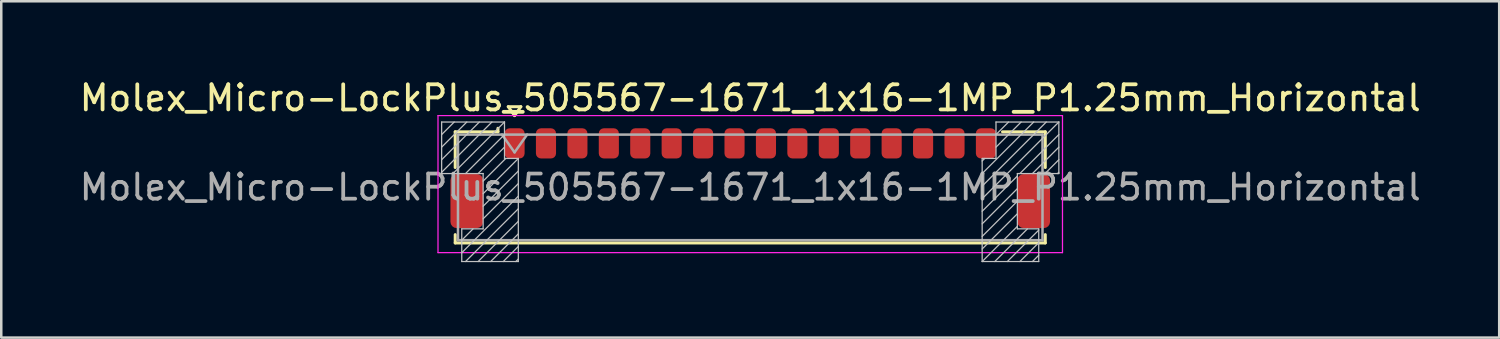
<source format=kicad_pcb>
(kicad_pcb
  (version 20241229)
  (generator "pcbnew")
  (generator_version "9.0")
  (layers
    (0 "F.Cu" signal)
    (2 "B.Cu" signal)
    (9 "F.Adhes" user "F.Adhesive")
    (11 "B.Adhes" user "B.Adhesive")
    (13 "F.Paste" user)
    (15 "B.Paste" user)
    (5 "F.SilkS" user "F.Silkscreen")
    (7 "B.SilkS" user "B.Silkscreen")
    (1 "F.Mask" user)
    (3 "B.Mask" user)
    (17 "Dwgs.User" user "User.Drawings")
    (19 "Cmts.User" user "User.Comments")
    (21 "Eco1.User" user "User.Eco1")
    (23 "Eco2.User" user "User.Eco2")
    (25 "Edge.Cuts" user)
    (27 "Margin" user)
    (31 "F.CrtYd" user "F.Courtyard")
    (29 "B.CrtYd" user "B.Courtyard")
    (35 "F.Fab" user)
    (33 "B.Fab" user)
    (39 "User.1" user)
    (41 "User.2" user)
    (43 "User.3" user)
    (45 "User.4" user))
  (footprint "Molex_Micro-LockPlus_505567-1671_1x16-1MP_P1.25mm_Horizontal"
    (layer "F.Cu")
    (at 26.792 4.038)
    (property "Reference" "Molex_Micro-LockPlus_505567-1671_1x16-1MP_P1.25mm_Horizontal" (at 0 -3.19 0) (layer "F.SilkS") (effects (font (size 1 1) (thickness 0.15))))
    (attr smd)
    (fp_line (start -11.735 -1.845) (end -10.035 -1.845) (stroke (width 0.12) (type solid)) (layer "F.SilkS"))
    (fp_line (start -11.735 -0.425) (end -11.735 -1.845) (stroke (width 0.12) (type solid)) (layer "F.SilkS"))
    (fp_line (start -11.735 2.245) (end -11.735 2.575) (stroke (width 0.12) (type solid)) (layer "F.SilkS"))
    (fp_line (start -11.735 2.575) (end 11.735 2.575) (stroke (width 0.12) (type solid)) (layer "F.SilkS"))
    (fp_line (start -10.035 -1.845) (end -10.035 -1.985) (stroke (width 0.12) (type solid)) (layer "F.SilkS"))
    (fp_line (start -9.625 -2.844) (end -9.375 -2.49) (stroke (width 0.12) (type solid)) (layer "F.SilkS"))
    (fp_line (start -9.375 -2.49) (end -9.125 -2.844) (stroke (width 0.12) (type solid)) (layer "F.SilkS"))
    (fp_line (start -9.125 -2.844) (end -9.625 -2.844) (stroke (width 0.12) (type solid)) (layer "F.SilkS"))
    (fp_line (start 11.735 -1.845) (end 10.035 -1.845) (stroke (width 0.12) (type solid)) (layer "F.SilkS"))
    (fp_line (start 11.735 -0.425) (end 11.735 -1.845) (stroke (width 0.12) (type solid)) (layer "F.SilkS"))
    (fp_line (start 11.735 2.575) (end 11.735 2.245) (stroke (width 0.12) (type solid)) (layer "F.SilkS"))
    (fp_line (start -12.275 -2.235) (end -9.775 -2.235) (stroke (width 0.05) (type solid)) (layer "Dwgs.User"))
    (fp_line (start -12.275 -0.185) (end -12.275 -2.235) (stroke (width 0.05) (type solid)) (layer "Dwgs.User"))
    (fp_line (start -11.775 -2.235) (end -12.275 -1.735) (stroke (width 0.05) (type solid)) (layer "Dwgs.User"))
    (fp_line (start -11.475 2.015) (end -10.625 2.015) (stroke (width 0.05) (type solid)) (layer "Dwgs.User"))
    (fp_line (start -11.475 3.315) (end -11.475 2.015) (stroke (width 0.05) (type solid)) (layer "Dwgs.User"))
    (fp_line (start -11.275 -2.235) (end -12.275 -1.235) (stroke (width 0.05) (type solid)) (layer "Dwgs.User"))
    (fp_line (start -11.025 2.015) (end -11.475 2.465) (stroke (width 0.05) (type solid)) (layer "Dwgs.User"))
    (fp_line (start -10.775 -2.235) (end -12.275 -0.735) (stroke (width 0.05) (type solid)) (layer "Dwgs.User"))
    (fp_line (start -10.625 -0.185) (end -12.275 -0.185) (stroke (width 0.05) (type solid)) (layer "Dwgs.User"))
    (fp_line (start -10.625 2.015) (end -10.625 -0.185) (stroke (width 0.05) (type solid)) (layer "Dwgs.User"))
    (fp_line (start -10.275 -2.235) (end -12.275 -0.235) (stroke (width 0.05) (type solid)) (layer "Dwgs.User"))
    (fp_line (start -9.775 -2.235) (end -11.825 -0.185) (stroke (width 0.05) (type solid)) (layer "Dwgs.User"))
    (fp_line (start -9.775 -2.235) (end -9.775 -0.785) (stroke (width 0.05) (type solid)) (layer "Dwgs.User"))
    (fp_line (start -9.775 -1.735) (end -11.325 -0.185) (stroke (width 0.05) (type solid)) (layer "Dwgs.User"))
    (fp_line (start -9.775 -1.235) (end -10.825 -0.185) (stroke (width 0.05) (type solid)) (layer "Dwgs.User"))
    (fp_line (start -9.775 -0.785) (end -9.225 -0.785) (stroke (width 0.05) (type solid)) (layer "Dwgs.User"))
    (fp_line (start -9.725 -0.785) (end -10.625 0.115) (stroke (width 0.05) (type solid)) (layer "Dwgs.User"))
    (fp_line (start -9.225 -0.785) (end -10.625 0.615) (stroke (width 0.05) (type solid)) (layer "Dwgs.User"))
    (fp_line (start -9.225 -0.785) (end -9.225 3.315) (stroke (width 0.05) (type solid)) (layer "Dwgs.User"))
    (fp_line (start -9.225 -0.285) (end -10.625 1.115) (stroke (width 0.05) (type solid)) (layer "Dwgs.User"))
    (fp_line (start -9.225 0.215) (end -10.625 1.615) (stroke (width 0.05) (type solid)) (layer "Dwgs.User"))
    (fp_line (start -9.225 0.715) (end -11.475 2.965) (stroke (width 0.05) (type solid)) (layer "Dwgs.User"))
    (fp_line (start -9.225 1.215) (end -11.325 3.315) (stroke (width 0.05) (type solid)) (layer "Dwgs.User"))
    (fp_line (start -9.225 1.715) (end -10.825 3.315) (stroke (width 0.05) (type solid)) (layer "Dwgs.User"))
    (fp_line (start -9.225 2.215) (end -10.325 3.315) (stroke (width 0.05) (type solid)) (layer "Dwgs.User"))
    (fp_line (start -9.225 2.715) (end -9.825 3.315) (stroke (width 0.05) (type solid)) (layer "Dwgs.User"))
    (fp_line (start -9.225 3.215) (end -9.325 3.315) (stroke (width 0.05) (type solid)) (layer "Dwgs.User"))
    (fp_line (start -9.225 3.315) (end -11.475 3.315) (stroke (width 0.05) (type solid)) (layer "Dwgs.User"))
    (fp_line (start 9.225 -0.785) (end 9.225 3.315) (stroke (width 0.05) (type solid)) (layer "Dwgs.User"))
    (fp_line (start 9.225 3.315) (end 11.475 3.315) (stroke (width 0.05) (type solid)) (layer "Dwgs.User"))
    (fp_line (start 9.325 -0.785) (end 9.225 -0.685) (stroke (width 0.05) (type solid)) (layer "Dwgs.User"))
    (fp_line (start 9.775 -2.235) (end 9.775 -0.785) (stroke (width 0.05) (type solid)) (layer "Dwgs.User"))
    (fp_line (start 9.775 -0.785) (end 9.225 -0.785) (stroke (width 0.05) (type solid)) (layer "Dwgs.User"))
    (fp_line (start 10.275 -2.235) (end 9.775 -1.735) (stroke (width 0.05) (type solid)) (layer "Dwgs.User"))
    (fp_line (start 10.625 -0.185) (end 12.275 -0.185) (stroke (width 0.05) (type solid)) (layer "Dwgs.User"))
    (fp_line (start 10.625 -0.085) (end 9.225 1.315) (stroke (width 0.05) (type solid)) (layer "Dwgs.User"))
    (fp_line (start 10.625 0.415) (end 9.225 1.815) (stroke (width 0.05) (type solid)) (layer "Dwgs.User"))
    (fp_line (start 10.625 0.915) (end 9.225 2.315) (stroke (width 0.05) (type solid)) (layer "Dwgs.User"))
    (fp_line (start 10.625 1.415) (end 9.225 2.815) (stroke (width 0.05) (type solid)) (layer "Dwgs.User"))
    (fp_line (start 10.625 1.915) (end 9.225 3.315) (stroke (width 0.05) (type solid)) (layer "Dwgs.User"))
    (fp_line (start 10.625 2.015) (end 10.625 -0.185) (stroke (width 0.05) (type solid)) (layer "Dwgs.User"))
    (fp_line (start 10.775 -2.235) (end 9.775 -1.235) (stroke (width 0.05) (type solid)) (layer "Dwgs.User"))
    (fp_line (start 11.025 2.015) (end 9.725 3.315) (stroke (width 0.05) (type solid)) (layer "Dwgs.User"))
    (fp_line (start 11.275 -2.235) (end 9.225 -0.185) (stroke (width 0.05) (type solid)) (layer "Dwgs.User"))
    (fp_line (start 11.475 2.015) (end 10.625 2.015) (stroke (width 0.05) (type solid)) (layer "Dwgs.User"))
    (fp_line (start 11.475 2.065) (end 10.225 3.315) (stroke (width 0.05) (type solid)) (layer "Dwgs.User"))
    (fp_line (start 11.475 2.565) (end 10.725 3.315) (stroke (width 0.05) (type solid)) (layer "Dwgs.User"))
    (fp_line (start 11.475 3.065) (end 11.225 3.315) (stroke (width 0.05) (type solid)) (layer "Dwgs.User"))
    (fp_line (start 11.475 3.315) (end 11.475 2.015) (stroke (width 0.05) (type solid)) (layer "Dwgs.User"))
    (fp_line (start 11.775 -2.235) (end 9.225 0.315) (stroke (width 0.05) (type solid)) (layer "Dwgs.User"))
    (fp_line (start 12.275 -2.235) (end 9.225 0.815) (stroke (width 0.05) (type solid)) (layer "Dwgs.User"))
    (fp_line (start 12.275 -2.235) (end 9.775 -2.235) (stroke (width 0.05) (type solid)) (layer "Dwgs.User"))
    (fp_line (start 12.275 -1.735) (end 10.725 -0.185) (stroke (width 0.05) (type solid)) (layer "Dwgs.User"))
    (fp_line (start 12.275 -1.235) (end 11.225 -0.185) (stroke (width 0.05) (type solid)) (layer "Dwgs.User"))
    (fp_line (start 12.275 -0.735) (end 11.725 -0.185) (stroke (width 0.05) (type solid)) (layer "Dwgs.User"))
    (fp_line (start 12.275 -0.235) (end 12.225 -0.185) (stroke (width 0.05) (type solid)) (layer "Dwgs.User"))
    (fp_line (start 12.275 -0.185) (end 12.275 -2.235) (stroke (width 0.05) (type solid)) (layer "Dwgs.User"))
    (fp_line (start -12.42 -2.49) (end -12.42 2.96) (stroke (width 0.05) (type solid)) (layer "F.CrtYd"))
    (fp_line (start -12.42 2.96) (end 12.42 2.96) (stroke (width 0.05) (type solid)) (layer "F.CrtYd"))
    (fp_line (start 12.42 -2.49) (end -12.42 -2.49) (stroke (width 0.05) (type solid)) (layer "F.CrtYd"))
    (fp_line (start 12.42 2.96) (end 12.42 -2.49) (stroke (width 0.05) (type solid)) (layer "F.CrtYd"))
    (fp_line (start -11.625 -1.735) (end -11.625 2.465) (stroke (width 0.1) (type solid)) (layer "F.Fab"))
    (fp_line (start -11.625 -1.735) (end 11.625 -1.735) (stroke (width 0.1) (type solid)) (layer "F.Fab"))
    (fp_line (start -11.625 2.465) (end 11.625 2.465) (stroke (width 0.1) (type solid)) (layer "F.Fab"))
    (fp_line (start -9.875 -1.735) (end -9.375 -1.028) (stroke (width 0.1) (type solid)) (layer "F.Fab"))
    (fp_line (start -9.375 -1.028) (end -8.875 -1.735) (stroke (width 0.1) (type solid)) (layer "F.Fab"))
    (fp_line (start 11.625 -1.735) (end 11.625 2.465) (stroke (width 0.1) (type solid)) (layer "F.Fab"))
    (fp_text user "${REFERENCE}" (at 0 0.36 0) (layer "F.Fab") (effects (font (size 1 1) (thickness 0.15))))
    (pad "1" smd roundrect (at -9.375 -1.385) (size 0.8 1.2) (layers "F.Cu" "F.Mask" "F.Paste") (roundrect_rratio 0.25))
    (pad "2" smd roundrect (at -8.125 -1.385) (size 0.8 1.2) (layers "F.Cu" "F.Mask" "F.Paste") (roundrect_rratio 0.25))
    (pad "3" smd roundrect (at -6.875 -1.385) (size 0.8 1.2) (layers "F.Cu" "F.Mask" "F.Paste") (roundrect_rratio 0.25))
    (pad "4" smd roundrect (at -5.625 -1.385) (size 0.8 1.2) (layers "F.Cu" "F.Mask" "F.Paste") (roundrect_rratio 0.25))
    (pad "5" smd roundrect (at -4.375 -1.385) (size 0.8 1.2) (layers "F.Cu" "F.Mask" "F.Paste") (roundrect_rratio 0.25))
    (pad "6" smd roundrect (at -3.125 -1.385) (size 0.8 1.2) (layers "F.Cu" "F.Mask" "F.Paste") (roundrect_rratio 0.25))
    (pad "7" smd roundrect (at -1.875 -1.385) (size 0.8 1.2) (layers "F.Cu" "F.Mask" "F.Paste") (roundrect_rratio 0.25))
    (pad "8" smd roundrect (at -0.625 -1.385) (size 0.8 1.2) (layers "F.Cu" "F.Mask" "F.Paste") (roundrect_rratio 0.25))
    (pad "9" smd roundrect (at 0.625 -1.385) (size 0.8 1.2) (layers "F.Cu" "F.Mask" "F.Paste") (roundrect_rratio 0.25))
    (pad "10" smd roundrect (at 1.875 -1.385) (size 0.8 1.2) (layers "F.Cu" "F.Mask" "F.Paste") (roundrect_rratio 0.25))
    (pad "11" smd roundrect (at 3.125 -1.385) (size 0.8 1.2) (layers "F.Cu" "F.Mask" "F.Paste") (roundrect_rratio 0.25))
    (pad "12" smd roundrect (at 4.375 -1.385) (size 0.8 1.2) (layers "F.Cu" "F.Mask" "F.Paste") (roundrect_rratio 0.25))
    (pad "13" smd roundrect (at 5.625 -1.385) (size 0.8 1.2) (layers "F.Cu" "F.Mask" "F.Paste") (roundrect_rratio 0.25))
    (pad "14" smd roundrect (at 6.875 -1.385) (size 0.8 1.2) (layers "F.Cu" "F.Mask" "F.Paste") (roundrect_rratio 0.25))
    (pad "15" smd roundrect (at 8.125 -1.385) (size 0.8 1.2) (layers "F.Cu" "F.Mask" "F.Paste") (roundrect_rratio 0.25))
    (pad "16" smd roundrect (at 9.375 -1.385) (size 0.8 1.2) (layers "F.Cu" "F.Mask" "F.Paste") (roundrect_rratio 0.25))
    (pad "MP" smd roundrect (at -11.275 0.91) (size 1.3 2.15) (layers "F.Cu" "F.Mask" "F.Paste") (roundrect_rratio 0.192))
    (pad "MP" smd roundrect (at 11.275 0.91) (size 1.3 2.15) (layers "F.Cu" "F.Mask" "F.Paste") (roundrect_rratio 0.192)))
  (gr_rect
    (start -3 -3)
    (end 56.583 10.378)
    (stroke (width 0.1) (type default))
    (fill no)
    (layer "Edge.Cuts")))
</source>
